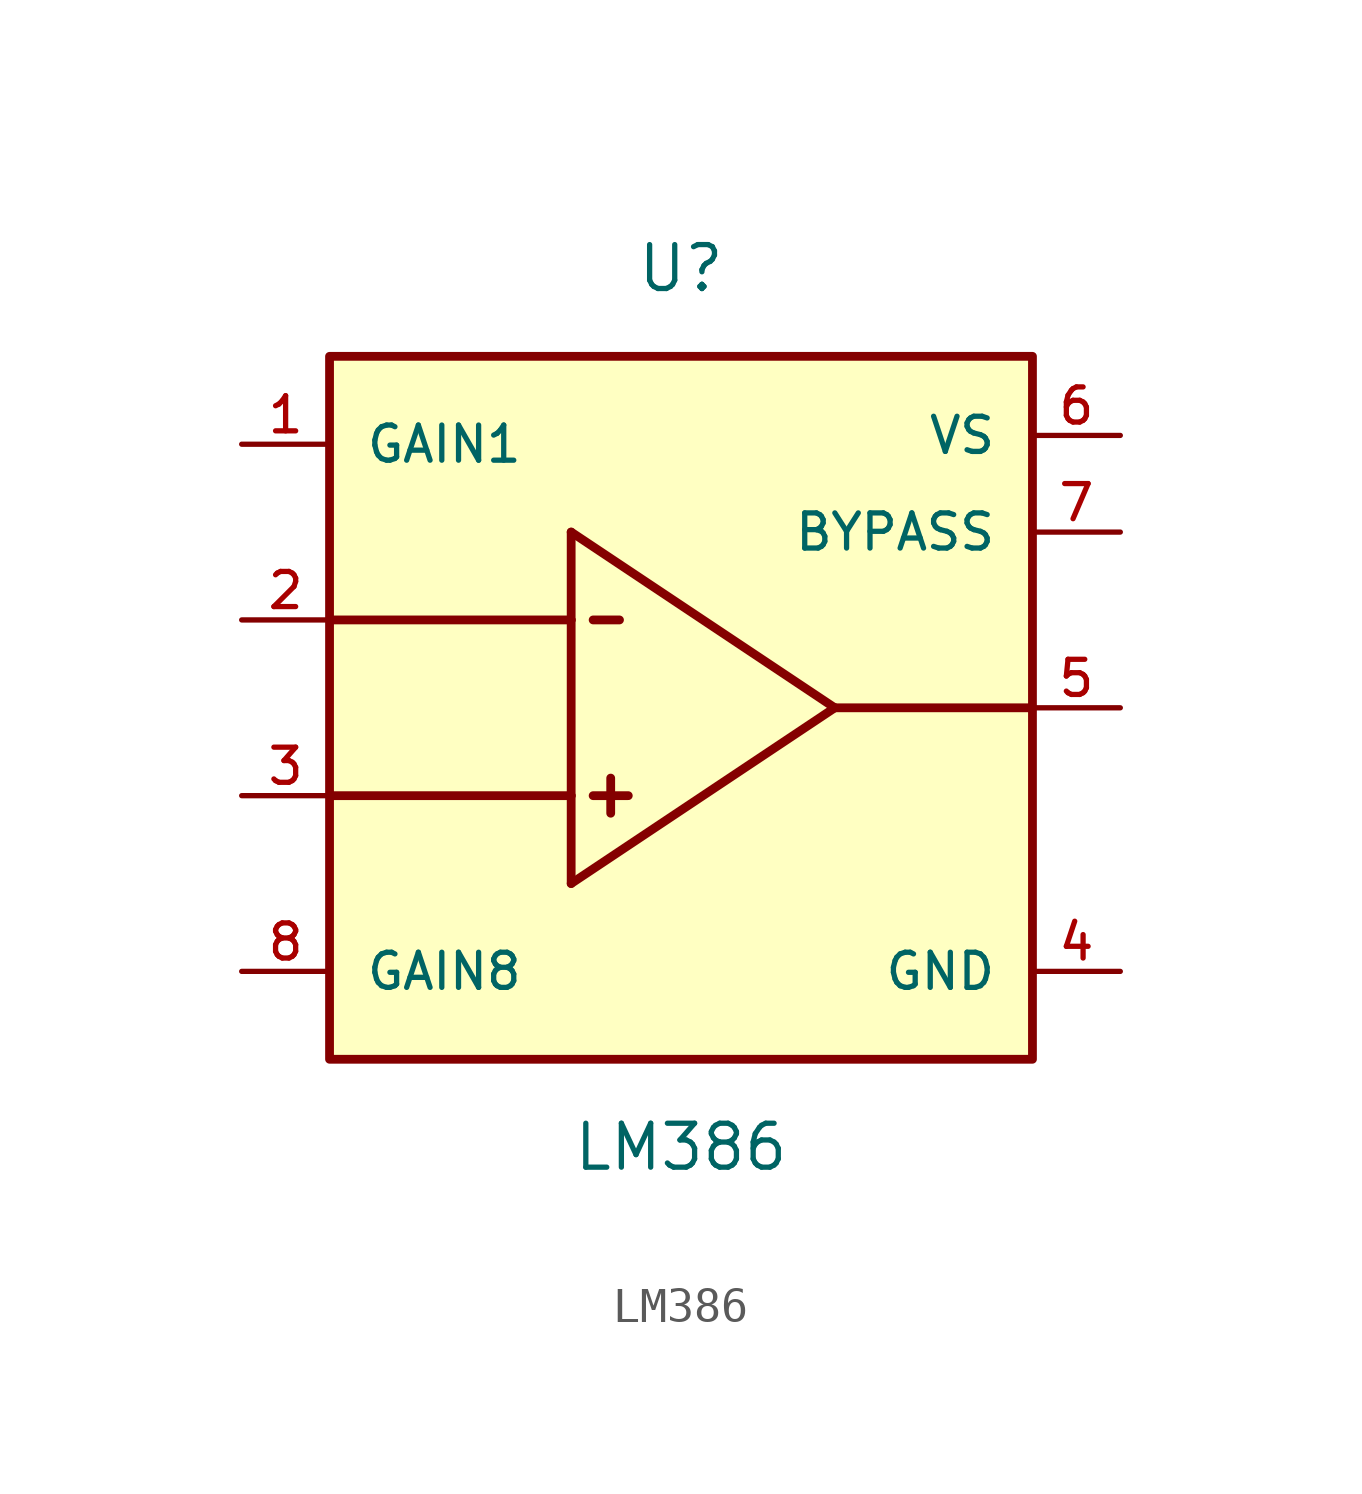
<source format=kicad_sym>
(kicad_symbol_lib
  (version 20211014)
  (generator kicad_symbol_editor)
  (symbol "LM386"
    (pin_names
      (offset 1.016))
    (property "Reference" "U"
      (at 0.0 12.7 0)
      (effects (font (size 1.27 1.27))))
    (property "Value" "LM386"
      (at 0.0 -12.7 0)
      (effects (font (size 1.27 1.27))))
    (symbol "LM386_0_0"
      (polyline (pts (xy -3.175 5.08) (xy -3.175 2.54)) (stroke (width 0.254)))
      (polyline (pts (xy -3.175 2.54) (xy -3.175 -2.54)) (stroke (width 0.254)))
      (polyline (pts (xy -3.175 -2.54) (xy -3.175 -5.08)) (stroke (width 0.254)))
      (polyline (pts (xy -3.175 -5.08) (xy 4.445 0.0)) (stroke (width 0.254)))
      (polyline (pts (xy 4.445 0.0) (xy -3.175 5.08)) (stroke (width 0.254)))
      (polyline (pts (xy 4.445 0.0) (xy 10.16 0.0)) (stroke (width 0.254)))
      (polyline (pts (xy -10.16 2.54) (xy -3.175 2.54)) (stroke (width 0.254)))
      (polyline (pts (xy -10.16 -2.54) (xy -3.175 -2.54)) (stroke (width 0.254)))
      (polyline (pts (xy -2.54 2.54) (xy -1.778 2.54)) (stroke (width 0.254)))
      (polyline (pts (xy -2.54 -2.54) (xy -1.524 -2.54)) (stroke (width 0.254)))
      (polyline (pts (xy -2.032 -2.032) (xy -2.032 -3.048)) (stroke (width 0.254)))
      (rectangle (start -10.16 -10.16) (end 10.16 10.16) (stroke (width 0.254)) (fill (type background)))
      (pin input line (at -12.7 2.54 0) (length 2.54) (name "~" (effects (font (size 1.016 1.016)))) (number "2" (effects (font (size 1.016 1.016)))))
      (pin input line (at -12.7 -2.54 0) (length 2.54) (name "~" (effects (font (size 1.016 1.016)))) (number "3" (effects (font (size 1.016 1.016)))))
      (pin output line (at 12.7 0.0 180.0) (length 2.54) (name "~" (effects (font (size 1.016 1.016)))) (number "5" (effects (font (size 1.016 1.016)))))
      (pin output line (at 12.7 5.08 180.0) (length 2.54) (name "BYPASS" (effects (font (size 1.016 1.016)))) (number "7" (effects (font (size 1.016 1.016)))))
      (pin power_in line (at 12.7 7.874 180.0) (length 2.54) (name "VS" (effects (font (size 1.016 1.016)))) (number "6" (effects (font (size 1.016 1.016)))))
      (pin power_in line (at 12.7 -7.62 180.0) (length 2.54) (name "GND" (effects (font (size 1.016 1.016)))) (number "4" (effects (font (size 1.016 1.016)))))
      (pin bidirectional line (at -12.7 7.62 0) (length 2.54) (name "GAIN1" (effects (font (size 1.016 1.016)))) (number "1" (effects (font (size 1.016 1.016)))))
      (pin bidirectional line (at -12.7 -7.62 0) (length 2.54) (name "GAIN8" (effects (font (size 1.016 1.016)))) (number "8" (effects (font (size 1.016 1.016))))))))
</source>
